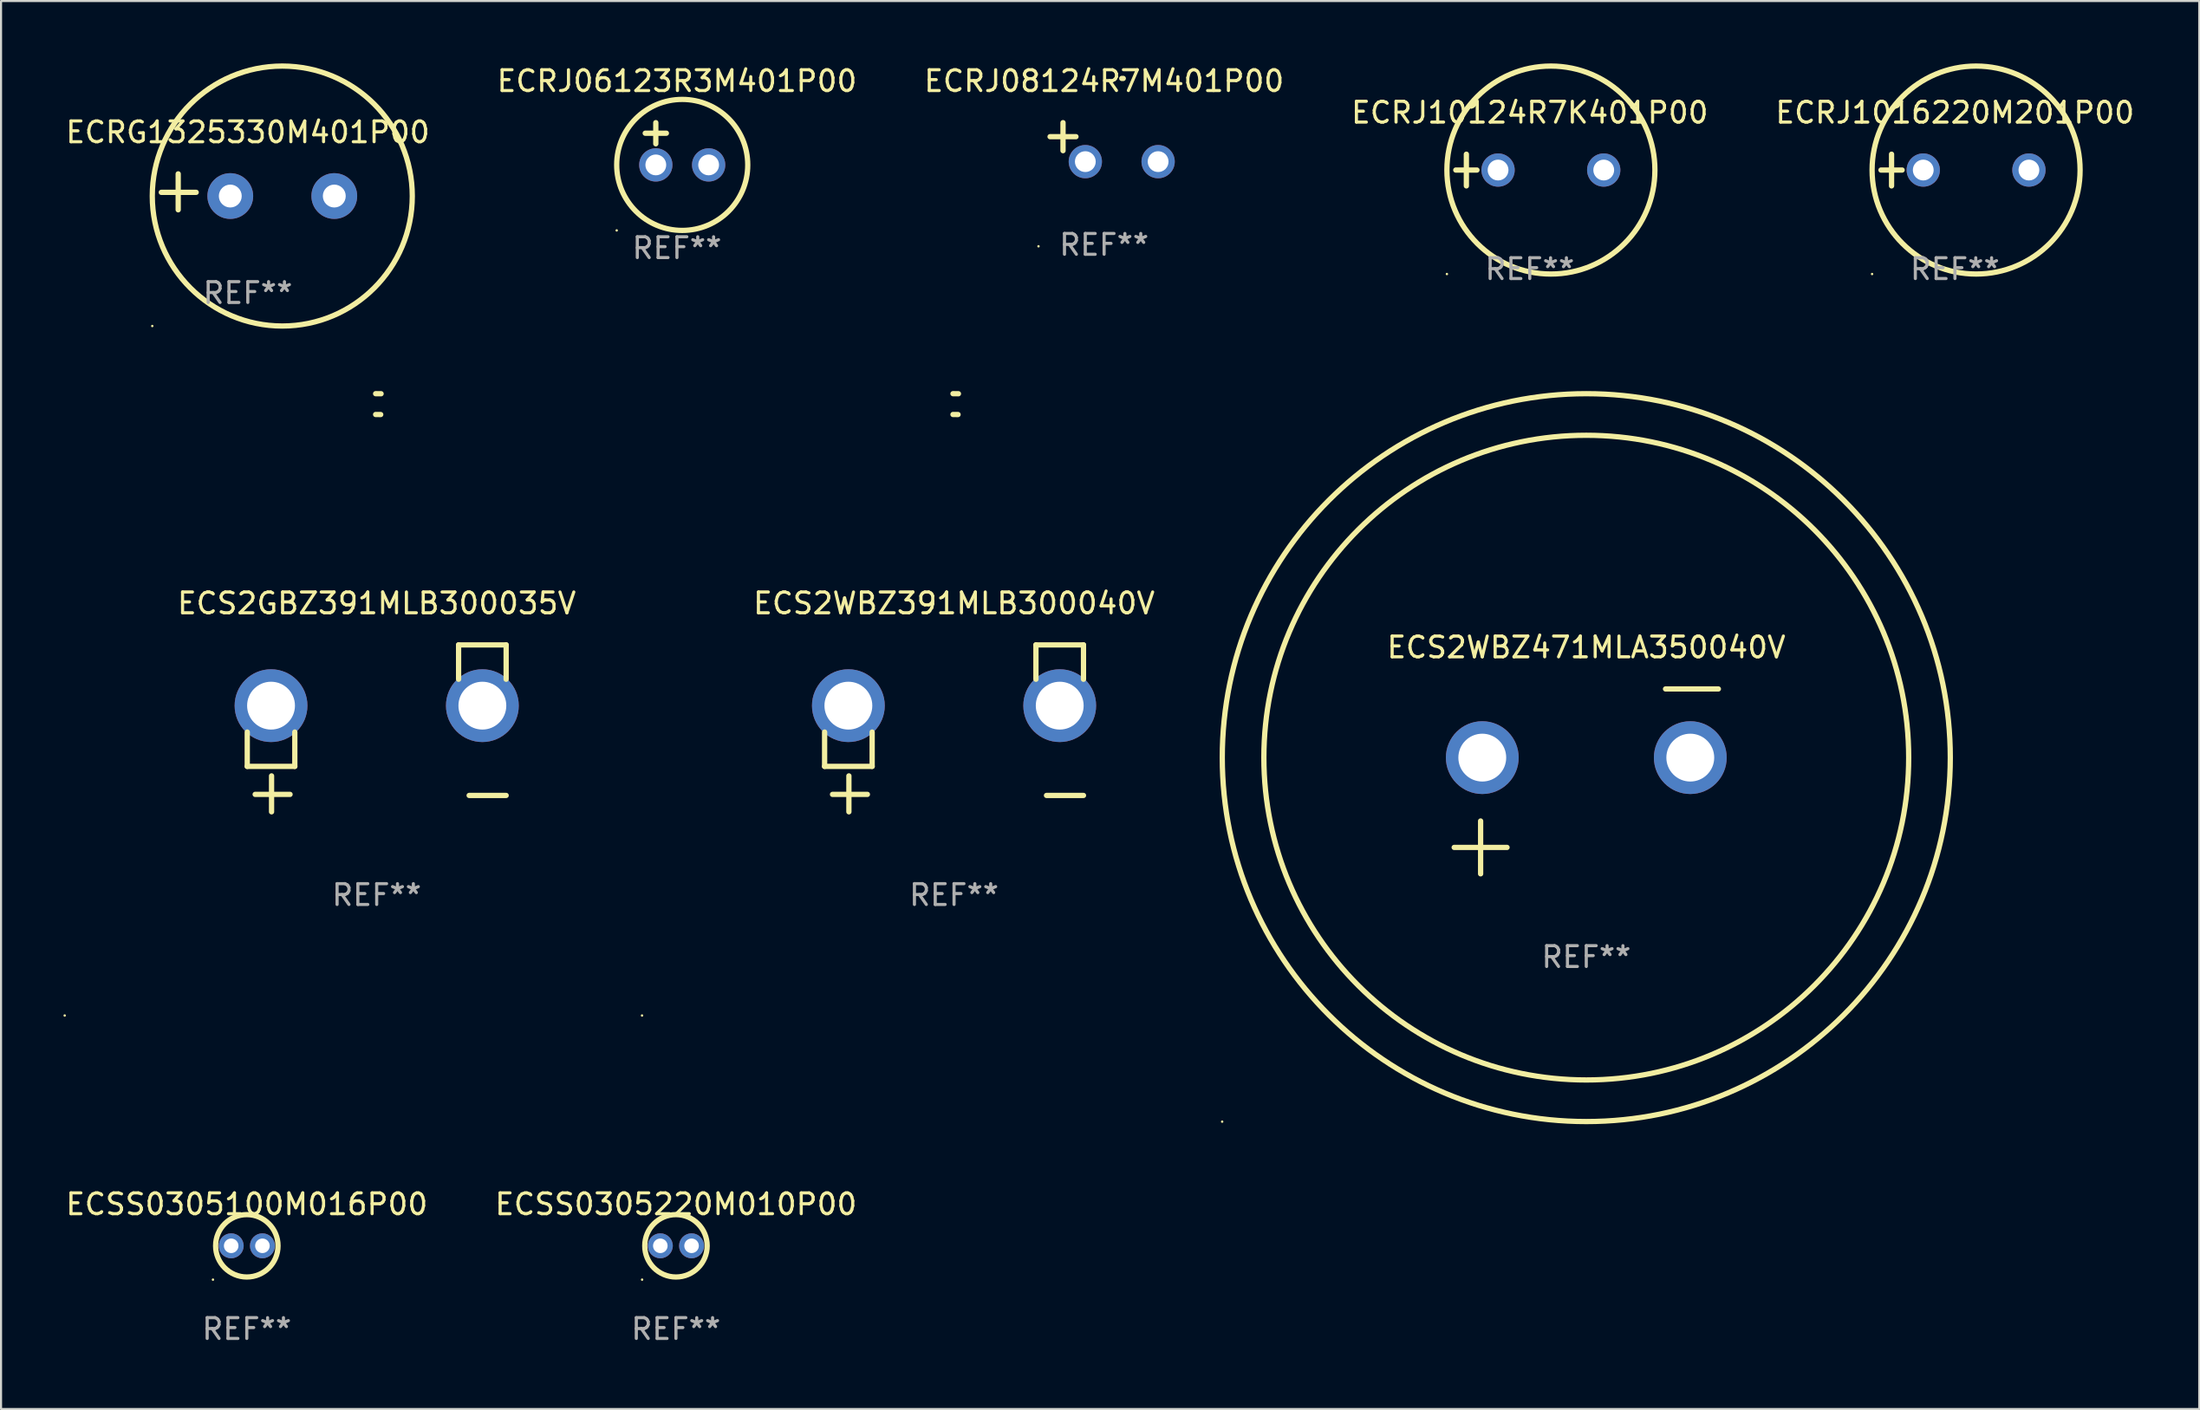
<source format=kicad_pcb>
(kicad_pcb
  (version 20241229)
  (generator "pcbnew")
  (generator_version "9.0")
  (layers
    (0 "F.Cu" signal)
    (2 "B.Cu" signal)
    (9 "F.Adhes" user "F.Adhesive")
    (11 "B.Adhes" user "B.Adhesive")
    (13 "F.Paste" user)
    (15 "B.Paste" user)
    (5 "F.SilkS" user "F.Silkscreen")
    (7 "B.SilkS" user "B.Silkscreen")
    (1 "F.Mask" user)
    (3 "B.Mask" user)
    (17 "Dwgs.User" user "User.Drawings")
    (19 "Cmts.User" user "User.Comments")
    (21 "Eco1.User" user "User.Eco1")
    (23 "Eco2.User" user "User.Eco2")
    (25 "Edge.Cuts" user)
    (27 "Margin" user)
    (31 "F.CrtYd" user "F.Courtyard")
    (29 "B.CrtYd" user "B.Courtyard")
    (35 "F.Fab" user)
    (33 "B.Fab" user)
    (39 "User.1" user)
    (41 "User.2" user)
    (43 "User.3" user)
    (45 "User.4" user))
  (footprint "ECSS0305100M016P00"
    (layer "F.Cu")
    (at 8.815 56.856)
    (property "Reference" "ECSS0305100M016P00" (at 0 -2 0) (layer "F.SilkS") (effects (font (size 1 1) (thickness 0.15))))
    (attr through_hole)
    (fp_circle (center -1.627 1.627) (end -1.597 1.627) (stroke (width 0.06) (type solid)) (fill no) (layer "F.SilkS"))
    (fp_circle (center 0.001 0) (end 1.501 0) (stroke (width 0.254) (type solid)) (fill no) (layer "F.SilkS"))
    (fp_text user "REF**" (at 0 4 0) (layer "F.Fab") (effects (font (size 1 1) (thickness 0.15))))
    (pad "1" thru_hole circle (at -0.751 0) (size 1.2 1.2) (drill 0.7) (layers "*.Cu" "*.Mask"))
    (pad "2" thru_hole circle (at 0.751 0) (size 1.2 1.2) (drill 0.7) (layers "*.Cu" "*.Mask")))
  (footprint "ECS2WBZ471MLA350040V"
    (layer "F.Cu")
    (at 73.211 34.524)
    (property "Reference" "ECS2WBZ471MLA350040V" (at 0 -6.445 0) (layer "F.SilkS") (effects (font (size 1 1) (thickness 0.15))))
    (attr through_hole)
    (fp_line (start -6.35 3.175) (end -3.81 3.175) (stroke (width 0.254) (type solid)) (layer "F.SilkS"))
    (fp_line (start -5.08 1.905) (end -5.08 4.445) (stroke (width 0.254) (type solid)) (layer "F.SilkS"))
    (fp_line (start 3.81 -4.445) (end 6.35 -4.445) (stroke (width 0.254) (type solid)) (layer "F.SilkS"))
    (fp_circle (center -17.505 16.362) (end -17.475 16.362) (stroke (width 0.06) (type solid)) (fill no) (layer "F.SilkS"))
    (fp_circle (center 0 -1.143) (end 15.5 -1.143) (stroke (width 0.254) (type solid)) (fill no) (layer "F.SilkS"))
    (fp_circle (center 0 -1.143) (end 17.5 -1.143) (stroke (width 0.254) (type solid)) (fill no) (layer "F.SilkS"))
    (fp_text user "REF**" (at 0 8.445 0) (layer "F.Fab") (effects (font (size 1 1) (thickness 0.15))))
    (pad "1" thru_hole circle (at -5 -1.143) (size 3.5 3.5) (drill 2.3) (layers "*.Cu" "*.Mask"))
    (pad "2" thru_hole circle (at 5 -1.143) (size 3.5 3.5) (drill 2.3) (layers "*.Cu" "*.Mask")))
  (footprint "ECS2WBZ391MLB300040V"
    (layer "F.Cu")
    (at 42.816 31.974)
    (property "Reference" "ECS2WBZ391MLB300040V" (at 0 -6.013 0) (layer "F.SilkS") (effects (font (size 1 1) (thickness 0.15))))
    (attr through_hole)
    (fp_line (start -6.223 0.178) (end -6.223 1.829) (stroke (width 0.254) (type solid)) (layer "F.SilkS"))
    (fp_line (start -6.223 1.829) (end -3.937 1.829) (stroke (width 0.254) (type solid)) (layer "F.SilkS"))
    (fp_line (start -5.055 4.013) (end -5.055 2.286) (stroke (width 0.254) (type solid)) (layer "F.SilkS"))
    (fp_line (start -4.166 3.175) (end -5.842 3.175) (stroke (width 0.254) (type solid)) (layer "F.SilkS"))
    (fp_line (start -3.937 1.829) (end -3.937 0.178) (stroke (width 0.254) (type solid)) (layer "F.SilkS"))
    (fp_line (start 3.937 -4.013) (end 3.937 -2.362) (stroke (width 0.254) (type solid)) (layer "F.SilkS"))
    (fp_line (start 6.223 -4.013) (end 3.937 -4.013) (stroke (width 0.254) (type solid)) (layer "F.SilkS"))
    (fp_line (start 6.223 -2.362) (end 6.223 -4.013) (stroke (width 0.254) (type solid)) (layer "F.SilkS"))
    (fp_line (start 6.223 3.226) (end 4.445 3.226) (stroke (width 0.254) (type solid)) (layer "F.SilkS"))
    (fp_arc (start -0.0508 -16.093472) (mid 0.080016 -16.092762) (end 0.210821 -16.090932) (stroke (width 0.254001) (type solid)) (layer "F.SilkS"))
    (fp_arc (start -0.0508 -15.09271) (mid 0.071125 -15.091961) (end 0.19304 -15.09017) (stroke (width 0.254001) (type solid)) (layer "F.SilkS"))
    (fp_circle (center -15 13.808) (end -14.97 13.808) (stroke (width 0.06) (type solid)) (fill no) (layer "F.SilkS"))
    (fp_text user "REF**" (at 0 8.013 0) (layer "F.Fab") (effects (font (size 1 1) (thickness 0.15))))
    (pad "1" thru_hole circle (at -5.08 -1.092) (size 3.5 3.5) (drill 2.3) (layers "*.Cu" "*.Mask"))
    (pad "2" thru_hole circle (at 5.08 -1.092) (size 3.5 3.5) (drill 2.3) (layers "*.Cu" "*.Mask")))
  (footprint "ECS2GBZ391MLB300035V"
    (layer "F.Cu")
    (at 15.06 31.974)
    (property "Reference" "ECS2GBZ391MLB300035V" (at 0 -6.013 0) (layer "F.SilkS") (effects (font (size 1 1) (thickness 0.15))))
    (attr through_hole)
    (fp_line (start -6.223 0.178) (end -6.223 1.829) (stroke (width 0.254) (type solid)) (layer "F.SilkS"))
    (fp_line (start -6.223 1.829) (end -3.937 1.829) (stroke (width 0.254) (type solid)) (layer "F.SilkS"))
    (fp_line (start -5.055 4.013) (end -5.055 2.286) (stroke (width 0.254) (type solid)) (layer "F.SilkS"))
    (fp_line (start -4.166 3.175) (end -5.842 3.175) (stroke (width 0.254) (type solid)) (layer "F.SilkS"))
    (fp_line (start -3.937 1.829) (end -3.937 0.178) (stroke (width 0.254) (type solid)) (layer "F.SilkS"))
    (fp_line (start 3.937 -4.013) (end 3.937 -2.362) (stroke (width 0.254) (type solid)) (layer "F.SilkS"))
    (fp_line (start 6.223 -4.013) (end 3.937 -4.013) (stroke (width 0.254) (type solid)) (layer "F.SilkS"))
    (fp_line (start 6.223 -2.362) (end 6.223 -4.013) (stroke (width 0.254) (type solid)) (layer "F.SilkS"))
    (fp_line (start 6.223 3.226) (end 4.445 3.226) (stroke (width 0.254) (type solid)) (layer "F.SilkS"))
    (fp_arc (start -0.0508 -16.093472) (mid 0.080016 -16.092762) (end 0.210821 -16.090932) (stroke (width 0.254001) (type solid)) (layer "F.SilkS"))
    (fp_arc (start -0.0508 -15.09271) (mid 0.071125 -15.091961) (end 0.19304 -15.09017) (stroke (width 0.254001) (type solid)) (layer "F.SilkS"))
    (fp_circle (center -15 13.808) (end -14.97 13.808) (stroke (width 0.06) (type solid)) (fill no) (layer "F.SilkS"))
    (fp_text user "REF**" (at 0 8.013 0) (layer "F.Fab") (effects (font (size 1 1) (thickness 0.15))))
    (pad "1" thru_hole circle (at -5.08 -1.092) (size 3.5 3.5) (drill 2.3) (layers "*.Cu" "*.Mask"))
    (pad "2" thru_hole circle (at 5.08 -1.092) (size 3.5 3.5) (drill 2.3) (layers "*.Cu" "*.Mask")))
  (footprint "ECRJ08124R7M401P00"
    (layer "F.Cu")
    (at 50.03 3.785)
    (property "Reference" "ECRJ08124R7M401P00" (at 0 -2.937 0) (layer "F.SilkS") (effects (font (size 1 1) (thickness 0.15))))
    (attr through_hole)
    (fp_line (start -1.975 0.41) (end -1.975 -0.937) (stroke (width 0.254) (type solid)) (layer "F.SilkS"))
    (fp_line (start -1.353 -0.263) (end -2.597 -0.263) (stroke (width 0.254) (type solid)) (layer "F.SilkS"))
    (fp_arc (start 0.849809 -3.063957) (mid 0.885369 -3.064114) (end 0.920929 -3.063957) (stroke (width 0.254001) (type solid)) (layer "F.SilkS"))
    (fp_circle (center -3.154 5.008) (end -3.124 5.008) (stroke (width 0.06) (type solid)) (fill no) (layer "F.SilkS"))
    (fp_text user "REF**" (at 0 4.937 0) (layer "F.Fab") (effects (font (size 1 1) (thickness 0.15))))
    (pad "1" thru_hole circle (at -0.903 0.937) (size 1.6 1.6) (drill 1) (layers "*.Cu" "*.Mask"))
    (pad "2" thru_hole circle (at 2.597 0.937) (size 1.6 1.6) (drill 1) (layers "*.Cu" "*.Mask")))
  (footprint "ECRJ10124R7K401P00"
    (layer "F.Cu")
    (at 70.494 5.127)
    (property "Reference" "ECRJ10124R7K401P00" (at 0 -2.762 0) (layer "F.SilkS") (effects (font (size 1 1) (thickness 0.15))))
    (attr through_hole)
    (fp_line (start -3.556 0) (end -2.54 0) (stroke (width 0.254) (type solid)) (layer "F.SilkS"))
    (fp_line (start -3.048 -0.762) (end -3.048 0.762) (stroke (width 0.254) (type solid)) (layer "F.SilkS"))
    (fp_circle (center -3.984 5) (end -3.954 5) (stroke (width 0.06) (type solid)) (fill no) (layer "F.SilkS"))
    (fp_circle (center 1.016 0) (end 6.016 0) (stroke (width 0.254) (type solid)) (fill no) (layer "F.SilkS"))
    (fp_text user "REF**" (at 0 4.762 0) (layer "F.Fab") (effects (font (size 1 1) (thickness 0.15))))
    (pad "1" thru_hole circle (at -1.524 0) (size 1.6 1.6) (drill 1) (layers "*.Cu" "*.Mask"))
    (pad "2" thru_hole circle (at 3.556 0) (size 1.6 1.6) (drill 1) (layers "*.Cu" "*.Mask")))
  (footprint "ECRJ1016220M201P00"
    (layer "F.Cu")
    (at 90.935 5.127)
    (property "Reference" "ECRJ1016220M201P00" (at 0 -2.762 0) (layer "F.SilkS") (effects (font (size 1 1) (thickness 0.15))))
    (attr through_hole)
    (fp_line (start -3.556 0) (end -2.54 0) (stroke (width 0.254) (type solid)) (layer "F.SilkS"))
    (fp_line (start -3.048 -0.762) (end -3.048 0.762) (stroke (width 0.254) (type solid)) (layer "F.SilkS"))
    (fp_circle (center -3.984 5) (end -3.954 5) (stroke (width 0.06) (type solid)) (fill no) (layer "F.SilkS"))
    (fp_circle (center 1.016 0) (end 6.016 0) (stroke (width 0.254) (type solid)) (fill no) (layer "F.SilkS"))
    (fp_text user "REF**" (at 0 4.762 0) (layer "F.Fab") (effects (font (size 1 1) (thickness 0.15))))
    (pad "1" thru_hole circle (at -1.524 0) (size 1.6 1.6) (drill 1) (layers "*.Cu" "*.Mask"))
    (pad "2" thru_hole circle (at 3.556 0) (size 1.6 1.6) (drill 1) (layers "*.Cu" "*.Mask")))
  (footprint "ECSS0305220M010P00"
    (layer "F.Cu")
    (at 29.446 56.856)
    (property "Reference" "ECSS0305220M010P00" (at 0 -2 0) (layer "F.SilkS") (effects (font (size 1 1) (thickness 0.15))))
    (attr through_hole)
    (fp_circle (center -1.627 1.627) (end -1.597 1.627) (stroke (width 0.06) (type solid)) (fill no) (layer "F.SilkS"))
    (fp_circle (center 0.001 0) (end 1.501 0) (stroke (width 0.254) (type solid)) (fill no) (layer "F.SilkS"))
    (fp_text user "REF**" (at 0 4 0) (layer "F.Fab") (effects (font (size 1 1) (thickness 0.15))))
    (pad "1" thru_hole circle (at -0.751 0) (size 1.2 1.2) (drill 0.7) (layers "*.Cu" "*.Mask"))
    (pad "2" thru_hole circle (at 0.751 0) (size 1.2 1.2) (drill 0.7) (layers "*.Cu" "*.Mask")))
  (footprint "ECRJ06123R3M401P00"
    (layer "F.Cu")
    (at 29.494 3.864)
    (property "Reference" "ECRJ06123R3M401P00" (at 0 -3.016 0) (layer "F.SilkS") (effects (font (size 1 1) (thickness 0.15))))
    (attr through_hole)
    (fp_line (start -1.524 -0.508) (end -0.508 -0.508) (stroke (width 0.254) (type solid)) (layer "F.SilkS"))
    (fp_line (start -1.016 -1.016) (end -1.016 0) (stroke (width 0.254) (type solid)) (layer "F.SilkS"))
    (fp_circle (center -2.896 4.166) (end -2.866 4.166) (stroke (width 0.06) (type solid)) (fill no) (layer "F.SilkS"))
    (fp_circle (center 0.254 1.016) (end 3.404 1.016) (stroke (width 0.254) (type solid)) (fill no) (layer "F.SilkS"))
    (fp_text user "REF**" (at 0 5.016 0) (layer "F.Fab") (effects (font (size 1 1) (thickness 0.15))))
    (pad "1" thru_hole circle (at -1.016 1.016) (size 1.6 1.6) (drill 1) (layers "*.Cu" "*.Mask"))
    (pad "2" thru_hole circle (at 1.524 1.016) (size 1.6 1.6) (drill 1) (layers "*.Cu" "*.Mask")))
  (footprint "ECRG1325330M401P00"
    (layer "F.Cu")
    (at 8.863 6.174)
    (property "Reference" "ECRG1325330M401P00" (at 0 -2.864 0) (layer "F.SilkS") (effects (font (size 1 1) (thickness 0.15))))
    (attr through_hole)
    (fp_line (start -3.346 0.864) (end -3.346 -0.864) (stroke (width 0.254) (type solid)) (layer "F.SilkS"))
    (fp_line (start -2.482 0.025) (end -4.158 0.025) (stroke (width 0.254) (type solid)) (layer "F.SilkS"))
    (fp_circle (center -4.592 6.453) (end -4.562 6.453) (stroke (width 0.06) (type solid)) (fill no) (layer "F.SilkS"))
    (fp_circle (center 1.658 0.203) (end 7.908 0.203) (stroke (width 0.254) (type solid)) (fill no) (layer "F.SilkS"))
    (fp_text user "REF**" (at 0 4.864 0) (layer "F.Fab") (effects (font (size 1 1) (thickness 0.15))))
    (pad "1" thru_hole circle (at -0.842 0.203) (size 2.2 2.2) (drill 1.1) (layers "*.Cu" "*.Mask"))
    (pad "2" thru_hole circle (at 4.158 0.203) (size 2.2 2.2) (drill 1.1) (layers "*.Cu" "*.Mask")))
  (gr_rect
    (start -3 -3)
    (end 102.679 64.705)
    (stroke (width 0.1) (type default))
    (fill no)
    (layer "Edge.Cuts")))
</source>
